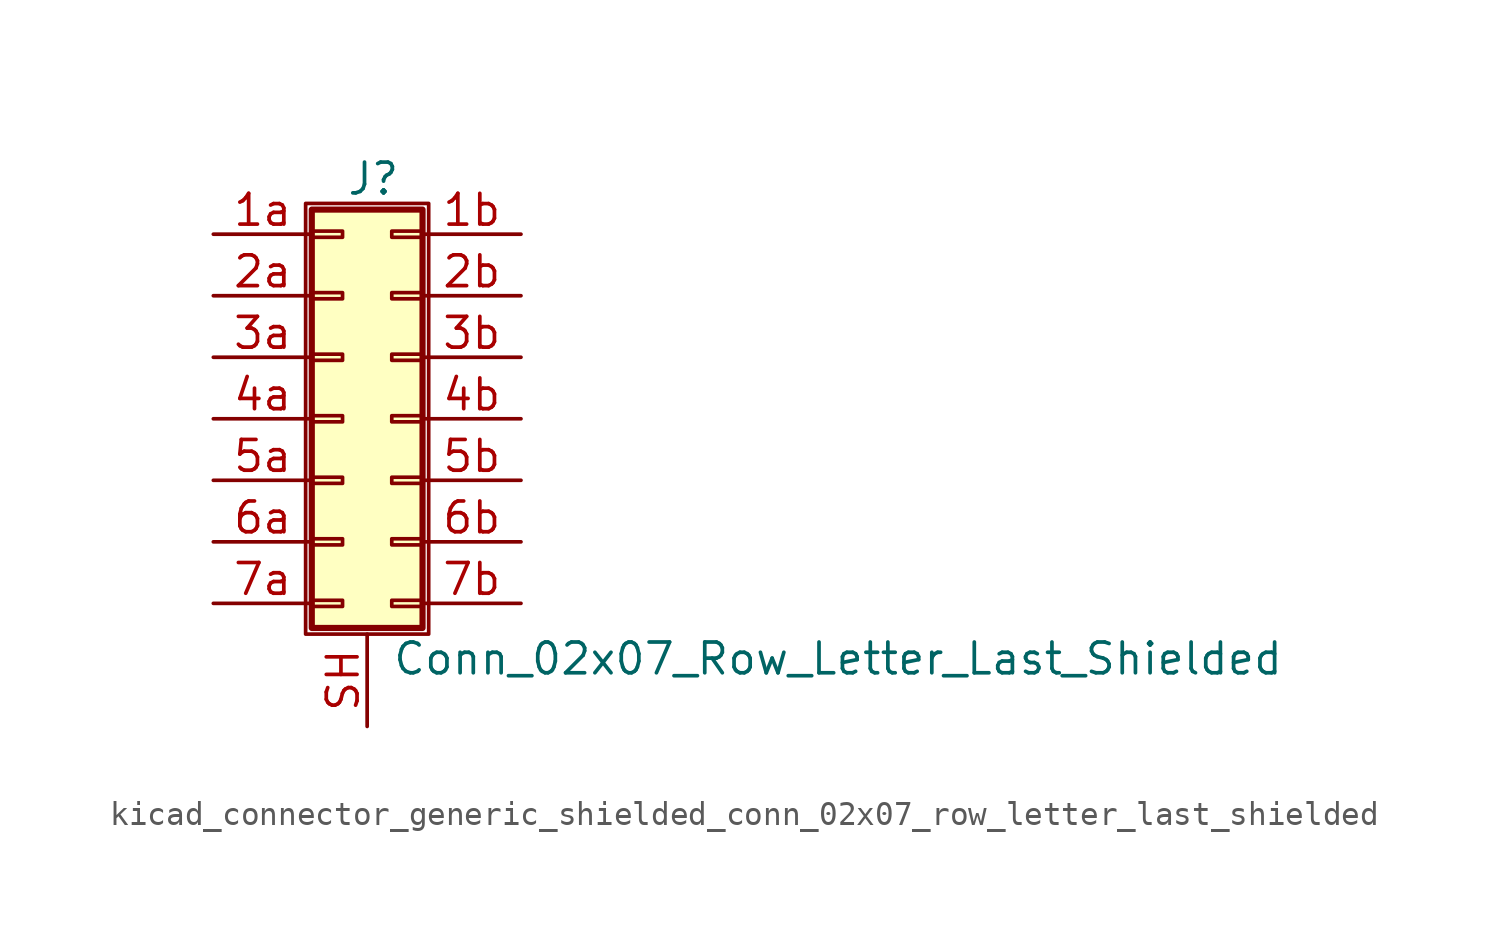
<source format=kicad_sym>
(kicad_symbol_lib
  (version 20220914)
  (generator kicad_symbol_editor)
  (symbol "kicad_connector_generic_shielded_conn_02x07_row_letter_last_shielded"
    (pin_names
      (offset 1.016) hide)
    (property "Reference" "J"
      (at 1.524 9.906 0)
      (effects (font (size 1.27 1.27))))
    (property "Value" "Conn_02x07_Row_Letter_Last_Shielded"
      (at 2.286 -9.906 0)
      (effects (font (size 1.27 1.27)) (justify left)))
    (symbol "kicad_connector_generic_shielded_conn_02x07_row_letter_last_shielded_1_1"
      (rectangle (start -1.27 8.89) (end 3.81 -8.89) (stroke (width 0.152) (type default)) (fill (type none)))
      (rectangle (start -1.016 -7.493) (end 0.254 -7.747) (stroke (width 0.152) (type default)) (fill (type none)))
      (rectangle (start -1.016 -4.953) (end 0.254 -5.207) (stroke (width 0.152) (type default)) (fill (type none)))
      (rectangle (start -1.016 -2.413) (end 0.254 -2.667) (stroke (width 0.152) (type default)) (fill (type none)))
      (rectangle (start -1.016 0.127) (end 0.254 -0.127) (stroke (width 0.152) (type default)) (fill (type none)))
      (rectangle (start -1.016 2.667) (end 0.254 2.413) (stroke (width 0.152) (type default)) (fill (type none)))
      (rectangle (start -1.016 5.207) (end 0.254 4.953) (stroke (width 0.152) (type default)) (fill (type none)))
      (rectangle (start -1.016 7.747) (end 0.254 7.493) (stroke (width 0.152) (type default)) (fill (type none)))
      (rectangle (start -1.016 8.636) (end 3.556 -8.636) (stroke (width 0.254) (type default)) (fill (type background)))
      (rectangle (start 3.556 -7.493) (end 2.286 -7.747) (stroke (width 0.152) (type default)) (fill (type none)))
      (rectangle (start 3.556 -4.953) (end 2.286 -5.207) (stroke (width 0.152) (type default)) (fill (type none)))
      (rectangle (start 3.556 -2.413) (end 2.286 -2.667) (stroke (width 0.152) (type default)) (fill (type none)))
      (rectangle (start 3.556 0.127) (end 2.286 -0.127) (stroke (width 0.152) (type default)) (fill (type none)))
      (rectangle (start 3.556 2.667) (end 2.286 2.413) (stroke (width 0.152) (type default)) (fill (type none)))
      (rectangle (start 3.556 5.207) (end 2.286 4.953) (stroke (width 0.152) (type default)) (fill (type none)))
      (rectangle (start 3.556 7.747) (end 2.286 7.493) (stroke (width 0.152) (type default)) (fill (type none)))
      (pin passive line (at -5.08 7.62 0) (length 4.064) (name "Pin_1a" (effects (font (size 1.27 1.27)))) (number "1a" (effects (font (size 1.27 1.27)))))
      (pin passive line (at 7.62 7.62 180) (length 4.064) (name "Pin_1b" (effects (font (size 1.27 1.27)))) (number "1b" (effects (font (size 1.27 1.27)))))
      (pin passive line (at -5.08 5.08 0) (length 4.064) (name "Pin_2a" (effects (font (size 1.27 1.27)))) (number "2a" (effects (font (size 1.27 1.27)))))
      (pin passive line (at 7.62 5.08 180) (length 4.064) (name "Pin_2b" (effects (font (size 1.27 1.27)))) (number "2b" (effects (font (size 1.27 1.27)))))
      (pin passive line (at -5.08 2.54 0) (length 4.064) (name "Pin_3a" (effects (font (size 1.27 1.27)))) (number "3a" (effects (font (size 1.27 1.27)))))
      (pin passive line (at 7.62 2.54 180) (length 4.064) (name "Pin_3b" (effects (font (size 1.27 1.27)))) (number "3b" (effects (font (size 1.27 1.27)))))
      (pin passive line (at -5.08 0 0) (length 4.064) (name "Pin_4a" (effects (font (size 1.27 1.27)))) (number "4a" (effects (font (size 1.27 1.27)))))
      (pin passive line (at 7.62 0 180) (length 4.064) (name "Pin_4b" (effects (font (size 1.27 1.27)))) (number "4b" (effects (font (size 1.27 1.27)))))
      (pin passive line (at -5.08 -2.54 0) (length 4.064) (name "Pin_5a" (effects (font (size 1.27 1.27)))) (number "5a" (effects (font (size 1.27 1.27)))))
      (pin passive line (at 7.62 -2.54 180) (length 4.064) (name "Pin_5b" (effects (font (size 1.27 1.27)))) (number "5b" (effects (font (size 1.27 1.27)))))
      (pin passive line (at -5.08 -5.08 0) (length 4.064) (name "Pin_6a" (effects (font (size 1.27 1.27)))) (number "6a" (effects (font (size 1.27 1.27)))))
      (pin passive line (at 7.62 -5.08 180) (length 4.064) (name "Pin_6b" (effects (font (size 1.27 1.27)))) (number "6b" (effects (font (size 1.27 1.27)))))
      (pin passive line (at -5.08 -7.62 0) (length 4.064) (name "Pin_7a" (effects (font (size 1.27 1.27)))) (number "7a" (effects (font (size 1.27 1.27)))))
      (pin passive line (at 7.62 -7.62 180) (length 4.064) (name "Pin_7b" (effects (font (size 1.27 1.27)))) (number "7b" (effects (font (size 1.27 1.27)))))
      (pin passive line (at 1.27 -12.7 90) (length 3.81) (name "Shield" (effects (font (size 1.27 1.27)))) (number "SH" (effects (font (size 1.27 1.27))))))))
</source>
